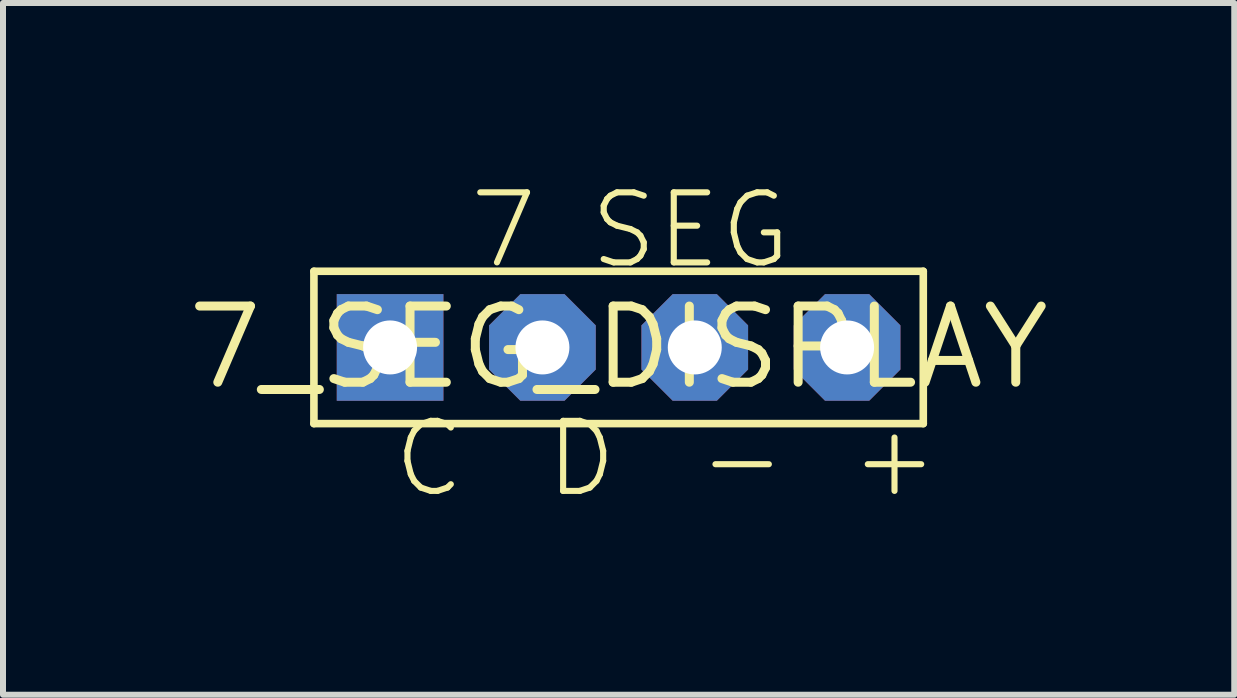
<source format=kicad_pcb>
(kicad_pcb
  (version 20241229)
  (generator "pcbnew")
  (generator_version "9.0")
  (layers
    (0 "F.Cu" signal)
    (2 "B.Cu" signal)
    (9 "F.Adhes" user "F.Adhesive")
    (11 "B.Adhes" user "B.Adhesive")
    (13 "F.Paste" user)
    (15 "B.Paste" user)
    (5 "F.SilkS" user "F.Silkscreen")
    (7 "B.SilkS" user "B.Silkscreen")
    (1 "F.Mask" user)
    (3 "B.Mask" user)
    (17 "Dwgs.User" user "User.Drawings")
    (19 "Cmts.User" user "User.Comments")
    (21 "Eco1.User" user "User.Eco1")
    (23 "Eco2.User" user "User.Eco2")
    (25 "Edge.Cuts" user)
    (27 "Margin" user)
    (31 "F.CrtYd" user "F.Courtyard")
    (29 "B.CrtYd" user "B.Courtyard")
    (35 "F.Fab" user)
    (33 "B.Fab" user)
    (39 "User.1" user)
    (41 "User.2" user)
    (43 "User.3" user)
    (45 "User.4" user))
  (footprint "7_SEG_DISPLAY"
    (layer "F.Cu")
    (at 7.264 2.743)
    (property "Reference" "7_SEG_DISPLAY" (at 0 0 0) (layer "F.SilkS") (effects (font (size 1.27 1.27) (thickness 0.15))))
    (fp_line (start -5.08 -1.27) (end -5.08 1.27) (stroke (width 0.127) (type solid)) (layer "F.SilkS"))
    (fp_line (start -5.08 1.27) (end 5.08 1.27) (stroke (width 0.127) (type solid)) (layer "F.SilkS"))
    (fp_line (start 5.08 -1.27) (end -5.08 -1.27) (stroke (width 0.127) (type solid)) (layer "F.SilkS"))
    (fp_line (start 5.08 1.27) (end 5.08 -1.27) (stroke (width 0.127) (type solid)) (layer "F.SilkS"))
    (fp_text user "D" (at -1.27 2.54 0) (layer "F.SilkS") (effects (font (size 1.168 1.168) (thickness 0.102)) (justify left bottom)))
    (fp_text user "+" (at 3.81 2.54 0) (layer "F.SilkS") (effects (font (size 1.168 1.168) (thickness 0.102)) (justify left bottom)))
    (fp_text user "C" (at -3.81 2.54 0) (layer "F.SilkS") (effects (font (size 1.168 1.168) (thickness 0.102)) (justify left bottom)))
    (fp_text user "-" (at 1.27 2.54 0) (layer "F.SilkS") (effects (font (size 1.168 1.168) (thickness 0.102)) (justify left bottom)))
    (fp_text user "7 SEG" (at -2.54 -1.27 0) (layer "F.SilkS") (effects (font (size 1.168 1.168) (thickness 0.102)) (justify left bottom)))
    (pad "CLK" thru_hole rect (at -3.81 0) (size 1.778 1.778) (drill 0.9) (layers "*.Cu" "*.Mask"))
    (pad "DIO" thru_hole roundrect (at -1.27 0) (size 1.778 1.778) (drill 0.9) (layers "*.Cu" "*.Mask") (roundrect_rratio 0.25) (chamfer_ratio 0.293) (chamfer top_left top_right bottom_left bottom_right))
    (pad "GND" thru_hole roundrect (at 1.27 0) (size 1.778 1.778) (drill 0.9) (layers "*.Cu" "*.Mask") (roundrect_rratio 0.25) (chamfer_ratio 0.293) (chamfer top_left top_right bottom_left bottom_right))
    (pad "VCC" thru_hole roundrect (at 3.81 0) (size 1.778 1.778) (drill 0.9) (layers "*.Cu" "*.Mask") (roundrect_rratio 0.25) (chamfer_ratio 0.293) (chamfer top_left top_right bottom_left bottom_right)))
  (gr_rect
    (start -3 -3)
    (end 17.529 8.534)
    (stroke (width 0.1) (type default))
    (fill no)
    (layer "Edge.Cuts")))
</source>
